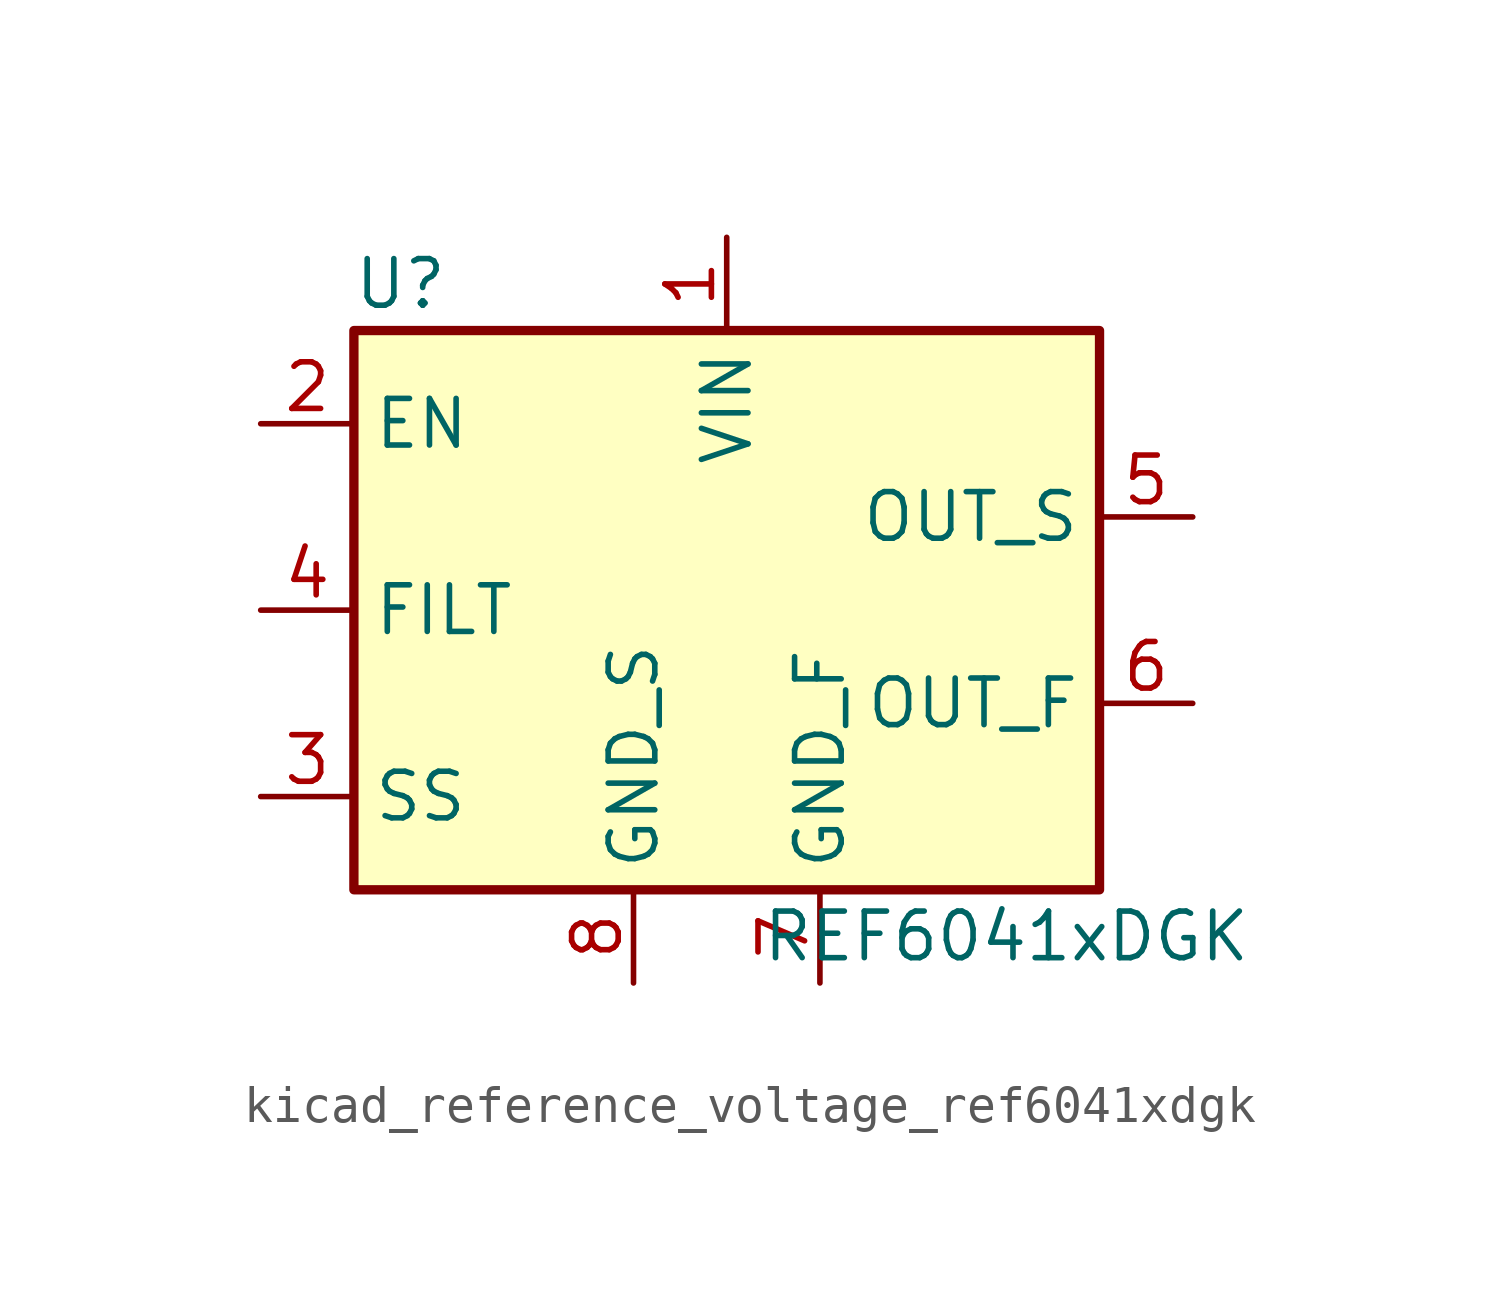
<source format=kicad_sym>
(kicad_symbol_lib
  (version 20220914)
  (generator kicad_symbol_editor)
  (symbol "kicad_reference_voltage_ref6041xdgk"
    (property "Reference" "U"
      (at -8.89 8.89 0)
      (effects (font (size 1.27 1.27))))
    (property "Value" "REF6041xDGK"
      (at 7.62 -8.89 0)
      (effects (font (size 1.27 1.27))))
    (symbol "kicad_reference_voltage_ref6041xdgk_0_1"
      (rectangle (start -10.16 7.62) (end 10.16 -7.62) (stroke (width 0.254) (type default)) (fill (type background))))
    (symbol "kicad_reference_voltage_ref6041xdgk_1_1"
      (pin power_in line (at 0 10.16 270) (length 2.54) (name "VIN" (effects (font (size 1.27 1.27)))) (number "1" (effects (font (size 1.27 1.27)))))
      (pin input line (at -12.7 5.08 0) (length 2.54) (name "EN" (effects (font (size 1.27 1.27)))) (number "2" (effects (font (size 1.27 1.27)))))
      (pin passive line (at -12.7 -5.08 0) (length 2.54) (name "SS" (effects (font (size 1.27 1.27)))) (number "3" (effects (font (size 1.27 1.27)))))
      (pin passive line (at -12.7 0 0) (length 2.54) (name "FILT" (effects (font (size 1.27 1.27)))) (number "4" (effects (font (size 1.27 1.27)))))
      (pin input line (at 12.7 2.54 180) (length 2.54) (name "OUT_S" (effects (font (size 1.27 1.27)))) (number "5" (effects (font (size 1.27 1.27)))))
      (pin output line (at 12.7 -2.54 180) (length 2.54) (name "OUT_F" (effects (font (size 1.27 1.27)))) (number "6" (effects (font (size 1.27 1.27)))))
      (pin power_in line (at 2.54 -10.16 90) (length 2.54) (name "GND_F" (effects (font (size 1.27 1.27)))) (number "7" (effects (font (size 1.27 1.27)))))
      (pin power_in line (at -2.54 -10.16 90) (length 2.54) (name "GND_S" (effects (font (size 1.27 1.27)))) (number "8" (effects (font (size 1.27 1.27))))))))
</source>
